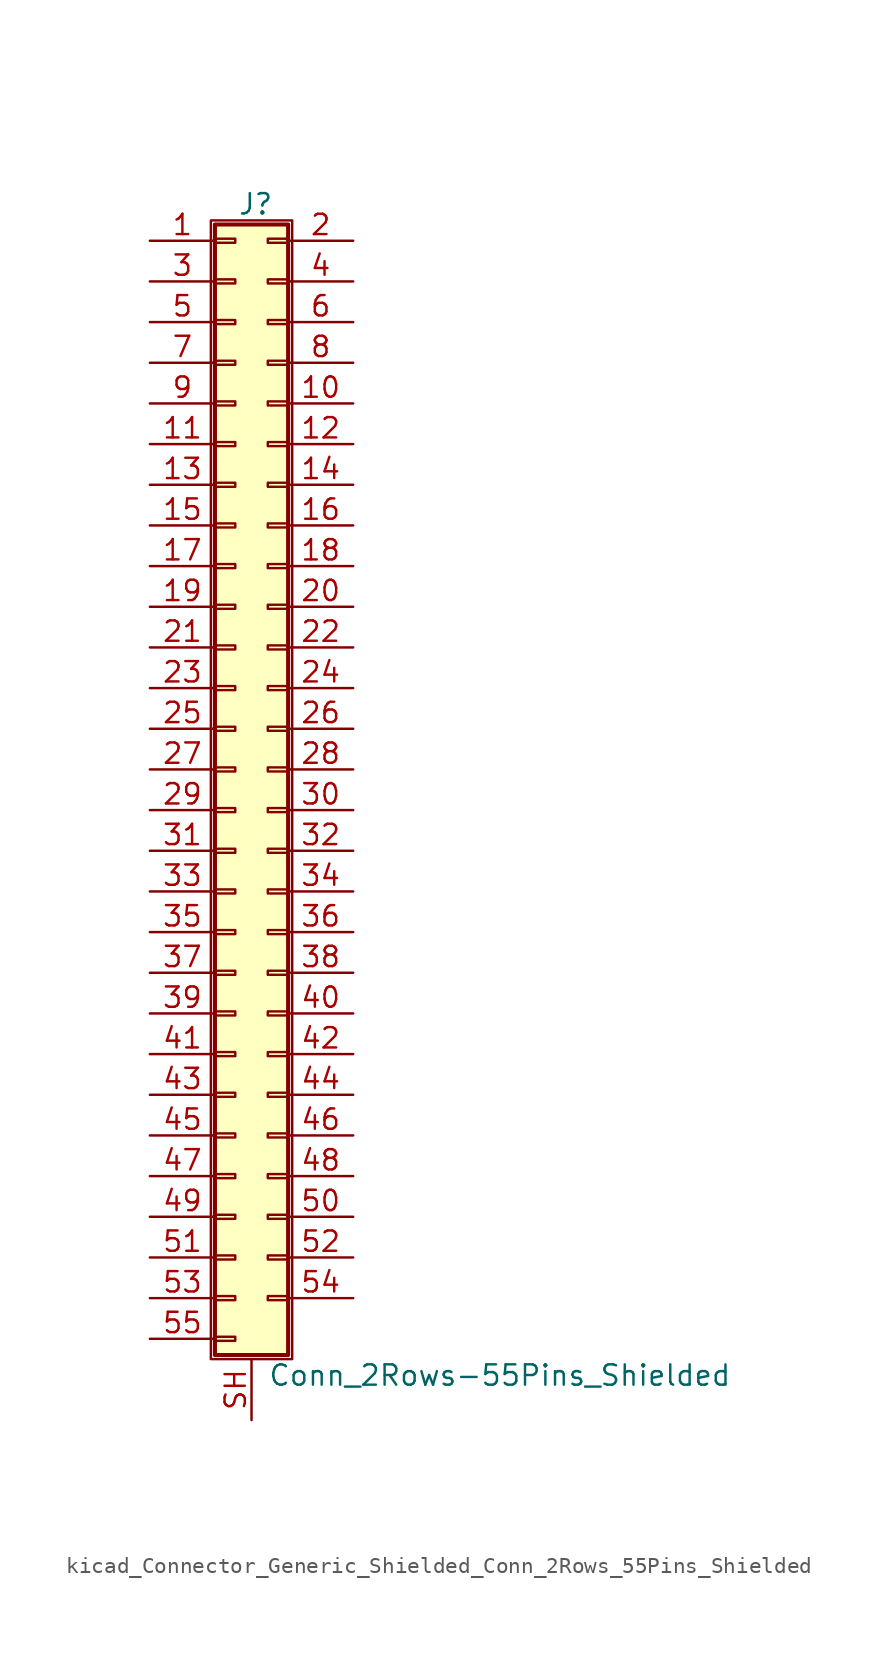
<source format=kicad_sym>
(kicad_symbol_lib
  (version 20220914)
  (generator kicad_symbol_editor)
  (symbol "kicad_Connector_Generic_Shielded_Conn_2Rows_55Pins_Shielded"
    (pin_names
      (offset 1.016) hide)
    (property "Reference" "J"
      (at 1.524 35.306 0)
      (effects (font (size 1.27 1.27))))
    (property "Value" "Conn_2Rows-55Pins_Shielded"
      (at 2.286 -37.846 0)
      (effects (font (size 1.27 1.27)) (justify left)))
    (symbol "kicad_Connector_Generic_Shielded_Conn_2Rows_55Pins_Shielded_1_1"
      (rectangle (start -1.27 34.29) (end 3.81 -36.83) (stroke (width 0.152) (type default)) (fill (type none)))
      (rectangle (start -1.016 -35.433) (end 0.254 -35.687) (stroke (width 0.152) (type default)) (fill (type none)))
      (rectangle (start -1.016 -32.893) (end 0.254 -33.147) (stroke (width 0.152) (type default)) (fill (type none)))
      (rectangle (start -1.016 -30.353) (end 0.254 -30.607) (stroke (width 0.152) (type default)) (fill (type none)))
      (rectangle (start -1.016 -27.813) (end 0.254 -28.067) (stroke (width 0.152) (type default)) (fill (type none)))
      (rectangle (start -1.016 -25.273) (end 0.254 -25.527) (stroke (width 0.152) (type default)) (fill (type none)))
      (rectangle (start -1.016 -22.733) (end 0.254 -22.987) (stroke (width 0.152) (type default)) (fill (type none)))
      (rectangle (start -1.016 -20.193) (end 0.254 -20.447) (stroke (width 0.152) (type default)) (fill (type none)))
      (rectangle (start -1.016 -17.653) (end 0.254 -17.907) (stroke (width 0.152) (type default)) (fill (type none)))
      (rectangle (start -1.016 -15.113) (end 0.254 -15.367) (stroke (width 0.152) (type default)) (fill (type none)))
      (rectangle (start -1.016 -12.573) (end 0.254 -12.827) (stroke (width 0.152) (type default)) (fill (type none)))
      (rectangle (start -1.016 -10.033) (end 0.254 -10.287) (stroke (width 0.152) (type default)) (fill (type none)))
      (rectangle (start -1.016 -7.493) (end 0.254 -7.747) (stroke (width 0.152) (type default)) (fill (type none)))
      (rectangle (start -1.016 -4.953) (end 0.254 -5.207) (stroke (width 0.152) (type default)) (fill (type none)))
      (rectangle (start -1.016 -2.413) (end 0.254 -2.667) (stroke (width 0.152) (type default)) (fill (type none)))
      (rectangle (start -1.016 0.127) (end 0.254 -0.127) (stroke (width 0.152) (type default)) (fill (type none)))
      (rectangle (start -1.016 2.667) (end 0.254 2.413) (stroke (width 0.152) (type default)) (fill (type none)))
      (rectangle (start -1.016 5.207) (end 0.254 4.953) (stroke (width 0.152) (type default)) (fill (type none)))
      (rectangle (start -1.016 7.747) (end 0.254 7.493) (stroke (width 0.152) (type default)) (fill (type none)))
      (rectangle (start -1.016 10.287) (end 0.254 10.033) (stroke (width 0.152) (type default)) (fill (type none)))
      (rectangle (start -1.016 12.827) (end 0.254 12.573) (stroke (width 0.152) (type default)) (fill (type none)))
      (rectangle (start -1.016 15.367) (end 0.254 15.113) (stroke (width 0.152) (type default)) (fill (type none)))
      (rectangle (start -1.016 17.907) (end 0.254 17.653) (stroke (width 0.152) (type default)) (fill (type none)))
      (rectangle (start -1.016 20.447) (end 0.254 20.193) (stroke (width 0.152) (type default)) (fill (type none)))
      (rectangle (start -1.016 22.987) (end 0.254 22.733) (stroke (width 0.152) (type default)) (fill (type none)))
      (rectangle (start -1.016 25.527) (end 0.254 25.273) (stroke (width 0.152) (type default)) (fill (type none)))
      (rectangle (start -1.016 28.067) (end 0.254 27.813) (stroke (width 0.152) (type default)) (fill (type none)))
      (rectangle (start -1.016 30.607) (end 0.254 30.353) (stroke (width 0.152) (type default)) (fill (type none)))
      (rectangle (start -1.016 33.147) (end 0.254 32.893) (stroke (width 0.152) (type default)) (fill (type none)))
      (rectangle (start -1.016 34.036) (end 3.556 -36.576) (stroke (width 0.254) (type default)) (fill (type background)))
      (rectangle (start 3.556 -32.893) (end 2.286 -33.147) (stroke (width 0.152) (type default)) (fill (type none)))
      (rectangle (start 3.556 -30.353) (end 2.286 -30.607) (stroke (width 0.152) (type default)) (fill (type none)))
      (rectangle (start 3.556 -27.813) (end 2.286 -28.067) (stroke (width 0.152) (type default)) (fill (type none)))
      (rectangle (start 3.556 -25.273) (end 2.286 -25.527) (stroke (width 0.152) (type default)) (fill (type none)))
      (rectangle (start 3.556 -22.733) (end 2.286 -22.987) (stroke (width 0.152) (type default)) (fill (type none)))
      (rectangle (start 3.556 -20.193) (end 2.286 -20.447) (stroke (width 0.152) (type default)) (fill (type none)))
      (rectangle (start 3.556 -17.653) (end 2.286 -17.907) (stroke (width 0.152) (type default)) (fill (type none)))
      (rectangle (start 3.556 -15.113) (end 2.286 -15.367) (stroke (width 0.152) (type default)) (fill (type none)))
      (rectangle (start 3.556 -12.573) (end 2.286 -12.827) (stroke (width 0.152) (type default)) (fill (type none)))
      (rectangle (start 3.556 -10.033) (end 2.286 -10.287) (stroke (width 0.152) (type default)) (fill (type none)))
      (rectangle (start 3.556 -7.493) (end 2.286 -7.747) (stroke (width 0.152) (type default)) (fill (type none)))
      (rectangle (start 3.556 -4.953) (end 2.286 -5.207) (stroke (width 0.152) (type default)) (fill (type none)))
      (rectangle (start 3.556 -2.413) (end 2.286 -2.667) (stroke (width 0.152) (type default)) (fill (type none)))
      (rectangle (start 3.556 0.127) (end 2.286 -0.127) (stroke (width 0.152) (type default)) (fill (type none)))
      (rectangle (start 3.556 2.667) (end 2.286 2.413) (stroke (width 0.152) (type default)) (fill (type none)))
      (rectangle (start 3.556 5.207) (end 2.286 4.953) (stroke (width 0.152) (type default)) (fill (type none)))
      (rectangle (start 3.556 7.747) (end 2.286 7.493) (stroke (width 0.152) (type default)) (fill (type none)))
      (rectangle (start 3.556 10.287) (end 2.286 10.033) (stroke (width 0.152) (type default)) (fill (type none)))
      (rectangle (start 3.556 12.827) (end 2.286 12.573) (stroke (width 0.152) (type default)) (fill (type none)))
      (rectangle (start 3.556 15.367) (end 2.286 15.113) (stroke (width 0.152) (type default)) (fill (type none)))
      (rectangle (start 3.556 17.907) (end 2.286 17.653) (stroke (width 0.152) (type default)) (fill (type none)))
      (rectangle (start 3.556 20.447) (end 2.286 20.193) (stroke (width 0.152) (type default)) (fill (type none)))
      (rectangle (start 3.556 22.987) (end 2.286 22.733) (stroke (width 0.152) (type default)) (fill (type none)))
      (rectangle (start 3.556 25.527) (end 2.286 25.273) (stroke (width 0.152) (type default)) (fill (type none)))
      (rectangle (start 3.556 28.067) (end 2.286 27.813) (stroke (width 0.152) (type default)) (fill (type none)))
      (rectangle (start 3.556 30.607) (end 2.286 30.353) (stroke (width 0.152) (type default)) (fill (type none)))
      (rectangle (start 3.556 33.147) (end 2.286 32.893) (stroke (width 0.152) (type default)) (fill (type none)))
      (pin passive line (at -5.08 33.02 0) (length 4.064) (name "Pin_1" (effects (font (size 1.27 1.27)))) (number "1" (effects (font (size 1.27 1.27)))))
      (pin passive line (at 7.62 22.86 180) (length 4.064) (name "Pin_10" (effects (font (size 1.27 1.27)))) (number "10" (effects (font (size 1.27 1.27)))))
      (pin passive line (at -5.08 20.32 0) (length 4.064) (name "Pin_11" (effects (font (size 1.27 1.27)))) (number "11" (effects (font (size 1.27 1.27)))))
      (pin passive line (at 7.62 20.32 180) (length 4.064) (name "Pin_12" (effects (font (size 1.27 1.27)))) (number "12" (effects (font (size 1.27 1.27)))))
      (pin passive line (at -5.08 17.78 0) (length 4.064) (name "Pin_13" (effects (font (size 1.27 1.27)))) (number "13" (effects (font (size 1.27 1.27)))))
      (pin passive line (at 7.62 17.78 180) (length 4.064) (name "Pin_14" (effects (font (size 1.27 1.27)))) (number "14" (effects (font (size 1.27 1.27)))))
      (pin passive line (at -5.08 15.24 0) (length 4.064) (name "Pin_15" (effects (font (size 1.27 1.27)))) (number "15" (effects (font (size 1.27 1.27)))))
      (pin passive line (at 7.62 15.24 180) (length 4.064) (name "Pin_16" (effects (font (size 1.27 1.27)))) (number "16" (effects (font (size 1.27 1.27)))))
      (pin passive line (at -5.08 12.7 0) (length 4.064) (name "Pin_17" (effects (font (size 1.27 1.27)))) (number "17" (effects (font (size 1.27 1.27)))))
      (pin passive line (at 7.62 12.7 180) (length 4.064) (name "Pin_18" (effects (font (size 1.27 1.27)))) (number "18" (effects (font (size 1.27 1.27)))))
      (pin passive line (at -5.08 10.16 0) (length 4.064) (name "Pin_19" (effects (font (size 1.27 1.27)))) (number "19" (effects (font (size 1.27 1.27)))))
      (pin passive line (at 7.62 33.02 180) (length 4.064) (name "Pin_2" (effects (font (size 1.27 1.27)))) (number "2" (effects (font (size 1.27 1.27)))))
      (pin passive line (at 7.62 10.16 180) (length 4.064) (name "Pin_20" (effects (font (size 1.27 1.27)))) (number "20" (effects (font (size 1.27 1.27)))))
      (pin passive line (at -5.08 7.62 0) (length 4.064) (name "Pin_21" (effects (font (size 1.27 1.27)))) (number "21" (effects (font (size 1.27 1.27)))))
      (pin passive line (at 7.62 7.62 180) (length 4.064) (name "Pin_22" (effects (font (size 1.27 1.27)))) (number "22" (effects (font (size 1.27 1.27)))))
      (pin passive line (at -5.08 5.08 0) (length 4.064) (name "Pin_23" (effects (font (size 1.27 1.27)))) (number "23" (effects (font (size 1.27 1.27)))))
      (pin passive line (at 7.62 5.08 180) (length 4.064) (name "Pin_24" (effects (font (size 1.27 1.27)))) (number "24" (effects (font (size 1.27 1.27)))))
      (pin passive line (at -5.08 2.54 0) (length 4.064) (name "Pin_25" (effects (font (size 1.27 1.27)))) (number "25" (effects (font (size 1.27 1.27)))))
      (pin passive line (at 7.62 2.54 180) (length 4.064) (name "Pin_26" (effects (font (size 1.27 1.27)))) (number "26" (effects (font (size 1.27 1.27)))))
      (pin passive line (at -5.08 0 0) (length 4.064) (name "Pin_27" (effects (font (size 1.27 1.27)))) (number "27" (effects (font (size 1.27 1.27)))))
      (pin passive line (at 7.62 0 180) (length 4.064) (name "Pin_28" (effects (font (size 1.27 1.27)))) (number "28" (effects (font (size 1.27 1.27)))))
      (pin passive line (at -5.08 -2.54 0) (length 4.064) (name "Pin_29" (effects (font (size 1.27 1.27)))) (number "29" (effects (font (size 1.27 1.27)))))
      (pin passive line (at -5.08 30.48 0) (length 4.064) (name "Pin_3" (effects (font (size 1.27 1.27)))) (number "3" (effects (font (size 1.27 1.27)))))
      (pin passive line (at 7.62 -2.54 180) (length 4.064) (name "Pin_30" (effects (font (size 1.27 1.27)))) (number "30" (effects (font (size 1.27 1.27)))))
      (pin passive line (at -5.08 -5.08 0) (length 4.064) (name "Pin_31" (effects (font (size 1.27 1.27)))) (number "31" (effects (font (size 1.27 1.27)))))
      (pin passive line (at 7.62 -5.08 180) (length 4.064) (name "Pin_32" (effects (font (size 1.27 1.27)))) (number "32" (effects (font (size 1.27 1.27)))))
      (pin passive line (at -5.08 -7.62 0) (length 4.064) (name "Pin_33" (effects (font (size 1.27 1.27)))) (number "33" (effects (font (size 1.27 1.27)))))
      (pin passive line (at 7.62 -7.62 180) (length 4.064) (name "Pin_34" (effects (font (size 1.27 1.27)))) (number "34" (effects (font (size 1.27 1.27)))))
      (pin passive line (at -5.08 -10.16 0) (length 4.064) (name "Pin_35" (effects (font (size 1.27 1.27)))) (number "35" (effects (font (size 1.27 1.27)))))
      (pin passive line (at 7.62 -10.16 180) (length 4.064) (name "Pin_36" (effects (font (size 1.27 1.27)))) (number "36" (effects (font (size 1.27 1.27)))))
      (pin passive line (at -5.08 -12.7 0) (length 4.064) (name "Pin_37" (effects (font (size 1.27 1.27)))) (number "37" (effects (font (size 1.27 1.27)))))
      (pin passive line (at 7.62 -12.7 180) (length 4.064) (name "Pin_38" (effects (font (size 1.27 1.27)))) (number "38" (effects (font (size 1.27 1.27)))))
      (pin passive line (at -5.08 -15.24 0) (length 4.064) (name "Pin_39" (effects (font (size 1.27 1.27)))) (number "39" (effects (font (size 1.27 1.27)))))
      (pin passive line (at 7.62 30.48 180) (length 4.064) (name "Pin_4" (effects (font (size 1.27 1.27)))) (number "4" (effects (font (size 1.27 1.27)))))
      (pin passive line (at 7.62 -15.24 180) (length 4.064) (name "Pin_40" (effects (font (size 1.27 1.27)))) (number "40" (effects (font (size 1.27 1.27)))))
      (pin passive line (at -5.08 -17.78 0) (length 4.064) (name "Pin_41" (effects (font (size 1.27 1.27)))) (number "41" (effects (font (size 1.27 1.27)))))
      (pin passive line (at 7.62 -17.78 180) (length 4.064) (name "Pin_42" (effects (font (size 1.27 1.27)))) (number "42" (effects (font (size 1.27 1.27)))))
      (pin passive line (at -5.08 -20.32 0) (length 4.064) (name "Pin_43" (effects (font (size 1.27 1.27)))) (number "43" (effects (font (size 1.27 1.27)))))
      (pin passive line (at 7.62 -20.32 180) (length 4.064) (name "Pin_44" (effects (font (size 1.27 1.27)))) (number "44" (effects (font (size 1.27 1.27)))))
      (pin passive line (at -5.08 -22.86 0) (length 4.064) (name "Pin_45" (effects (font (size 1.27 1.27)))) (number "45" (effects (font (size 1.27 1.27)))))
      (pin passive line (at 7.62 -22.86 180) (length 4.064) (name "Pin_46" (effects (font (size 1.27 1.27)))) (number "46" (effects (font (size 1.27 1.27)))))
      (pin passive line (at -5.08 -25.4 0) (length 4.064) (name "Pin_47" (effects (font (size 1.27 1.27)))) (number "47" (effects (font (size 1.27 1.27)))))
      (pin passive line (at 7.62 -25.4 180) (length 4.064) (name "Pin_48" (effects (font (size 1.27 1.27)))) (number "48" (effects (font (size 1.27 1.27)))))
      (pin passive line (at -5.08 -27.94 0) (length 4.064) (name "Pin_49" (effects (font (size 1.27 1.27)))) (number "49" (effects (font (size 1.27 1.27)))))
      (pin passive line (at -5.08 27.94 0) (length 4.064) (name "Pin_5" (effects (font (size 1.27 1.27)))) (number "5" (effects (font (size 1.27 1.27)))))
      (pin passive line (at 7.62 -27.94 180) (length 4.064) (name "Pin_50" (effects (font (size 1.27 1.27)))) (number "50" (effects (font (size 1.27 1.27)))))
      (pin passive line (at -5.08 -30.48 0) (length 4.064) (name "Pin_51" (effects (font (size 1.27 1.27)))) (number "51" (effects (font (size 1.27 1.27)))))
      (pin passive line (at 7.62 -30.48 180) (length 4.064) (name "Pin_52" (effects (font (size 1.27 1.27)))) (number "52" (effects (font (size 1.27 1.27)))))
      (pin passive line (at -5.08 -33.02 0) (length 4.064) (name "Pin_53" (effects (font (size 1.27 1.27)))) (number "53" (effects (font (size 1.27 1.27)))))
      (pin passive line (at 7.62 -33.02 180) (length 4.064) (name "Pin_54" (effects (font (size 1.27 1.27)))) (number "54" (effects (font (size 1.27 1.27)))))
      (pin passive line (at -5.08 -35.56 0) (length 4.064) (name "Pin_55" (effects (font (size 1.27 1.27)))) (number "55" (effects (font (size 1.27 1.27)))))
      (pin passive line (at 7.62 27.94 180) (length 4.064) (name "Pin_6" (effects (font (size 1.27 1.27)))) (number "6" (effects (font (size 1.27 1.27)))))
      (pin passive line (at -5.08 25.4 0) (length 4.064) (name "Pin_7" (effects (font (size 1.27 1.27)))) (number "7" (effects (font (size 1.27 1.27)))))
      (pin passive line (at 7.62 25.4 180) (length 4.064) (name "Pin_8" (effects (font (size 1.27 1.27)))) (number "8" (effects (font (size 1.27 1.27)))))
      (pin passive line (at -5.08 22.86 0) (length 4.064) (name "Pin_9" (effects (font (size 1.27 1.27)))) (number "9" (effects (font (size 1.27 1.27)))))
      (pin passive line (at 1.27 -40.64 90) (length 3.81) (name "Shield" (effects (font (size 1.27 1.27)))) (number "SH" (effects (font (size 1.27 1.27))))))))
</source>
